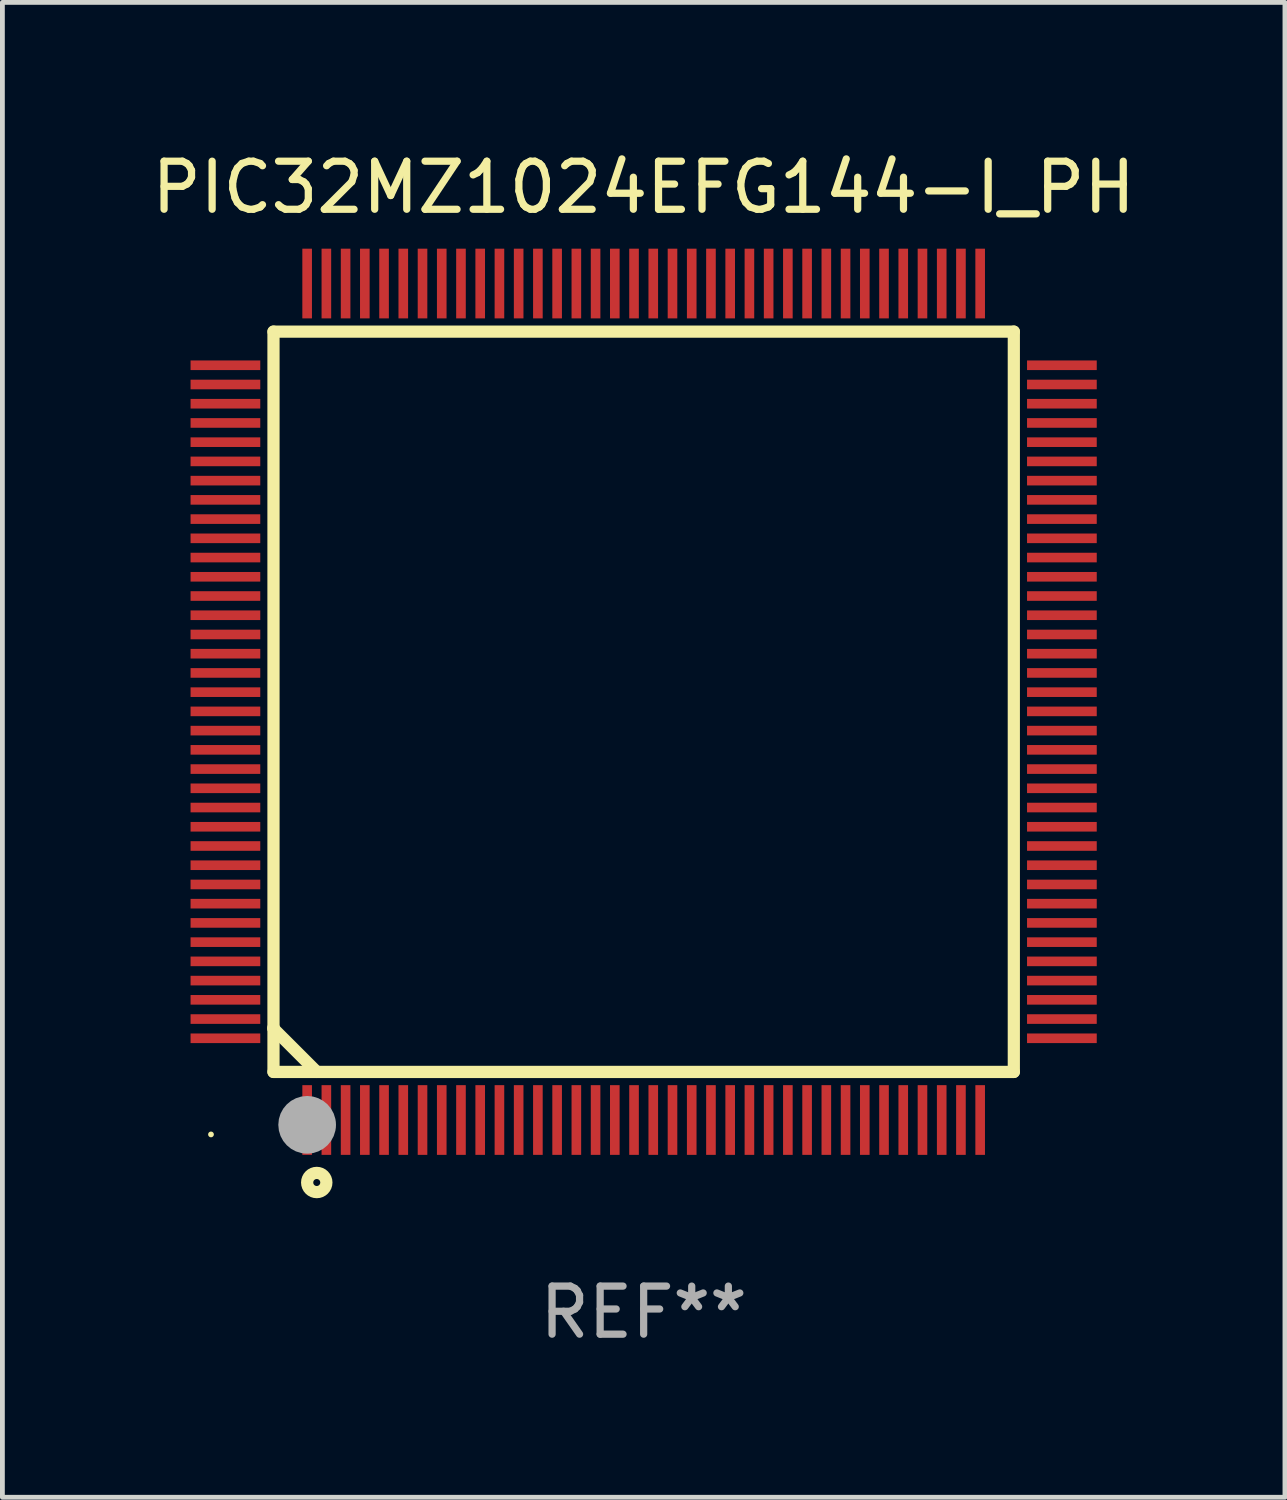
<source format=kicad_pcb>
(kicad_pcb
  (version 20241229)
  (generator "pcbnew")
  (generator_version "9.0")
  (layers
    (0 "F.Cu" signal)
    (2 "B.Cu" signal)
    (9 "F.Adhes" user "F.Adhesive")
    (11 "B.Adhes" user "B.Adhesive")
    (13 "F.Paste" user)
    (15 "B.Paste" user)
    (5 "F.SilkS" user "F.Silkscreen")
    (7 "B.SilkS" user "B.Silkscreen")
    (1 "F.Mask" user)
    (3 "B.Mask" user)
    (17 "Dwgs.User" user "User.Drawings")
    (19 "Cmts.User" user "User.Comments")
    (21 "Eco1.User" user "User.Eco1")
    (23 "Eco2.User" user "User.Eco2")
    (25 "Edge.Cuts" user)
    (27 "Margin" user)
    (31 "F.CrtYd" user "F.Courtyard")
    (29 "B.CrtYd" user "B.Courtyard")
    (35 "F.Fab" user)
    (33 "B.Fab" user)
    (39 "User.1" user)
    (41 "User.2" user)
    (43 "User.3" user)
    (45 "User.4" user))
  (footprint "PIC32MZ1024EFG144-I_PH"
    (layer "F.Cu")
    (at 10.339 11.548)
    (property "Reference" "PIC32MZ1024EFG144-I_PH" (at 0 -10.7 0) (layer "F.SilkS") (effects (font (size 1 1) (thickness 0.15))))
    (attr through_hole)
    (fp_line (start -7.7 -7.7) (end -7.7 7.7) (stroke (width 0.254) (type solid)) (layer "F.SilkS"))
    (fp_line (start -7.7 -7.7) (end 7.7 -7.7) (stroke (width 0.254) (type solid)) (layer "F.SilkS"))
    (fp_line (start -7.7 6.774) (end -7.7 6.798) (stroke (width 0.254) (type solid)) (layer "F.SilkS"))
    (fp_line (start -7.7 6.798) (end -6.798 7.7) (stroke (width 0.254) (type solid)) (layer "F.SilkS"))
    (fp_line (start -7.7 7.7) (end 7.7 7.7) (stroke (width 0.254) (type solid)) (layer "F.SilkS"))
    (fp_line (start 7.7 7.7) (end 7.7 -7.7) (stroke (width 0.254) (type solid)) (layer "F.SilkS"))
    (fp_circle (center -9 9) (end -8.97 9) (stroke (width 0.06) (type solid)) (fill no) (layer "F.SilkS"))
    (fp_circle (center -6.8 10) (end -6.6 10) (stroke (width 0.254) (type solid)) (fill no) (layer "F.SilkS"))
    (fp_circle (center -7 8.8) (end -6.7 8.8) (stroke (width 0.6) (type solid)) (fill no) (layer "F.Fab"))
    (fp_text user "REF**" (at 0 12.7 0) (layer "F.Fab") (effects (font (size 1 1) (thickness 0.15))))
    (pad "1" smd rect (at -7 8.7) (size 0.2 1.45) (layers "F.Cu" "F.Mask" "F.Paste"))
    (pad "2" smd rect (at -6.6 8.7) (size 0.2 1.45) (layers "F.Cu" "F.Mask" "F.Paste"))
    (pad "3" smd rect (at -6.2 8.7) (size 0.2 1.45) (layers "F.Cu" "F.Mask" "F.Paste"))
    (pad "4" smd rect (at -5.8 8.7) (size 0.2 1.45) (layers "F.Cu" "F.Mask" "F.Paste"))
    (pad "5" smd rect (at -5.4 8.7) (size 0.2 1.45) (layers "F.Cu" "F.Mask" "F.Paste"))
    (pad "6" smd rect (at -5 8.7) (size 0.2 1.45) (layers "F.Cu" "F.Mask" "F.Paste"))
    (pad "7" smd rect (at -4.6 8.7) (size 0.2 1.45) (layers "F.Cu" "F.Mask" "F.Paste"))
    (pad "8" smd rect (at -4.2 8.7) (size 0.2 1.45) (layers "F.Cu" "F.Mask" "F.Paste"))
    (pad "9" smd rect (at -3.8 8.7) (size 0.2 1.45) (layers "F.Cu" "F.Mask" "F.Paste"))
    (pad "10" smd rect (at -3.4 8.7) (size 0.2 1.45) (layers "F.Cu" "F.Mask" "F.Paste"))
    (pad "11" smd rect (at -3 8.7) (size 0.2 1.45) (layers "F.Cu" "F.Mask" "F.Paste"))
    (pad "12" smd rect (at -2.6 8.7) (size 0.2 1.45) (layers "F.Cu" "F.Mask" "F.Paste"))
    (pad "13" smd rect (at -2.2 8.7) (size 0.2 1.45) (layers "F.Cu" "F.Mask" "F.Paste"))
    (pad "14" smd rect (at -1.8 8.7) (size 0.2 1.45) (layers "F.Cu" "F.Mask" "F.Paste"))
    (pad "15" smd rect (at -1.4 8.7) (size 0.2 1.45) (layers "F.Cu" "F.Mask" "F.Paste"))
    (pad "16" smd rect (at -1 8.7) (size 0.2 1.45) (layers "F.Cu" "F.Mask" "F.Paste"))
    (pad "17" smd rect (at -0.6 8.7) (size 0.2 1.45) (layers "F.Cu" "F.Mask" "F.Paste"))
    (pad "18" smd rect (at -0.2 8.7) (size 0.2 1.45) (layers "F.Cu" "F.Mask" "F.Paste"))
    (pad "19" smd rect (at 0.2 8.7) (size 0.2 1.45) (layers "F.Cu" "F.Mask" "F.Paste"))
    (pad "20" smd rect (at 0.6 8.7) (size 0.2 1.45) (layers "F.Cu" "F.Mask" "F.Paste"))
    (pad "21" smd rect (at 1 8.7) (size 0.2 1.45) (layers "F.Cu" "F.Mask" "F.Paste"))
    (pad "22" smd rect (at 1.4 8.7) (size 0.2 1.45) (layers "F.Cu" "F.Mask" "F.Paste"))
    (pad "23" smd rect (at 1.8 8.7) (size 0.2 1.45) (layers "F.Cu" "F.Mask" "F.Paste"))
    (pad "24" smd rect (at 2.2 8.7) (size 0.2 1.45) (layers "F.Cu" "F.Mask" "F.Paste"))
    (pad "25" smd rect (at 2.6 8.7) (size 0.2 1.45) (layers "F.Cu" "F.Mask" "F.Paste"))
    (pad "26" smd rect (at 3 8.7) (size 0.2 1.45) (layers "F.Cu" "F.Mask" "F.Paste"))
    (pad "27" smd rect (at 3.4 8.7) (size 0.2 1.45) (layers "F.Cu" "F.Mask" "F.Paste"))
    (pad "28" smd rect (at 3.8 8.7) (size 0.2 1.45) (layers "F.Cu" "F.Mask" "F.Paste"))
    (pad "29" smd rect (at 4.2 8.7) (size 0.2 1.45) (layers "F.Cu" "F.Mask" "F.Paste"))
    (pad "30" smd rect (at 4.6 8.7) (size 0.2 1.45) (layers "F.Cu" "F.Mask" "F.Paste"))
    (pad "31" smd rect (at 5 8.7) (size 0.2 1.45) (layers "F.Cu" "F.Mask" "F.Paste"))
    (pad "32" smd rect (at 5.4 8.7) (size 0.2 1.45) (layers "F.Cu" "F.Mask" "F.Paste"))
    (pad "33" smd rect (at 5.8 8.7) (size 0.2 1.45) (layers "F.Cu" "F.Mask" "F.Paste"))
    (pad "34" smd rect (at 6.2 8.7) (size 0.2 1.45) (layers "F.Cu" "F.Mask" "F.Paste"))
    (pad "35" smd rect (at 6.6 8.7) (size 0.2 1.45) (layers "F.Cu" "F.Mask" "F.Paste"))
    (pad "36" smd rect (at 7 8.7) (size 0.2 1.45) (layers "F.Cu" "F.Mask" "F.Paste"))
    (pad "37" smd rect (at 8.7 7) (size 1.45 0.2) (layers "F.Cu" "F.Mask" "F.Paste"))
    (pad "38" smd rect (at 8.7 6.6) (size 1.45 0.2) (layers "F.Cu" "F.Mask" "F.Paste"))
    (pad "39" smd rect (at 8.7 6.2) (size 1.45 0.2) (layers "F.Cu" "F.Mask" "F.Paste"))
    (pad "40" smd rect (at 8.7 5.8) (size 1.45 0.2) (layers "F.Cu" "F.Mask" "F.Paste"))
    (pad "41" smd rect (at 8.7 5.4) (size 1.45 0.2) (layers "F.Cu" "F.Mask" "F.Paste"))
    (pad "42" smd rect (at 8.7 5) (size 1.45 0.2) (layers "F.Cu" "F.Mask" "F.Paste"))
    (pad "43" smd rect (at 8.7 4.6) (size 1.45 0.2) (layers "F.Cu" "F.Mask" "F.Paste"))
    (pad "44" smd rect (at 8.7 4.2) (size 1.45 0.2) (layers "F.Cu" "F.Mask" "F.Paste"))
    (pad "45" smd rect (at 8.7 3.8) (size 1.45 0.2) (layers "F.Cu" "F.Mask" "F.Paste"))
    (pad "46" smd rect (at 8.7 3.4) (size 1.45 0.2) (layers "F.Cu" "F.Mask" "F.Paste"))
    (pad "47" smd rect (at 8.7 3) (size 1.45 0.2) (layers "F.Cu" "F.Mask" "F.Paste"))
    (pad "48" smd rect (at 8.7 2.6) (size 1.45 0.2) (layers "F.Cu" "F.Mask" "F.Paste"))
    (pad "49" smd rect (at 8.7 2.2) (size 1.45 0.2) (layers "F.Cu" "F.Mask" "F.Paste"))
    (pad "50" smd rect (at 8.7 1.8) (size 1.45 0.2) (layers "F.Cu" "F.Mask" "F.Paste"))
    (pad "51" smd rect (at 8.7 1.4) (size 1.45 0.2) (layers "F.Cu" "F.Mask" "F.Paste"))
    (pad "52" smd rect (at 8.7 1) (size 1.45 0.2) (layers "F.Cu" "F.Mask" "F.Paste"))
    (pad "53" smd rect (at 8.7 0.6) (size 1.45 0.2) (layers "F.Cu" "F.Mask" "F.Paste"))
    (pad "54" smd rect (at 8.7 0.2) (size 1.45 0.2) (layers "F.Cu" "F.Mask" "F.Paste"))
    (pad "55" smd rect (at 8.7 -0.2) (size 1.45 0.2) (layers "F.Cu" "F.Mask" "F.Paste"))
    (pad "56" smd rect (at 8.7 -0.6) (size 1.45 0.2) (layers "F.Cu" "F.Mask" "F.Paste"))
    (pad "57" smd rect (at 8.7 -1) (size 1.45 0.2) (layers "F.Cu" "F.Mask" "F.Paste"))
    (pad "58" smd rect (at 8.7 -1.4) (size 1.45 0.2) (layers "F.Cu" "F.Mask" "F.Paste"))
    (pad "59" smd rect (at 8.7 -1.8) (size 1.45 0.2) (layers "F.Cu" "F.Mask" "F.Paste"))
    (pad "60" smd rect (at 8.7 -2.2) (size 1.45 0.2) (layers "F.Cu" "F.Mask" "F.Paste"))
    (pad "61" smd rect (at 8.7 -2.6) (size 1.45 0.2) (layers "F.Cu" "F.Mask" "F.Paste"))
    (pad "62" smd rect (at 8.7 -3) (size 1.45 0.2) (layers "F.Cu" "F.Mask" "F.Paste"))
    (pad "63" smd rect (at 8.7 -3.4) (size 1.45 0.2) (layers "F.Cu" "F.Mask" "F.Paste"))
    (pad "64" smd rect (at 8.7 -3.8) (size 1.45 0.2) (layers "F.Cu" "F.Mask" "F.Paste"))
    (pad "65" smd rect (at 8.7 -4.2) (size 1.45 0.2) (layers "F.Cu" "F.Mask" "F.Paste"))
    (pad "66" smd rect (at 8.7 -4.6) (size 1.45 0.2) (layers "F.Cu" "F.Mask" "F.Paste"))
    (pad "67" smd rect (at 8.7 -5) (size 1.45 0.2) (layers "F.Cu" "F.Mask" "F.Paste"))
    (pad "68" smd rect (at 8.7 -5.4) (size 1.45 0.2) (layers "F.Cu" "F.Mask" "F.Paste"))
    (pad "69" smd rect (at 8.7 -5.8) (size 1.45 0.2) (layers "F.Cu" "F.Mask" "F.Paste"))
    (pad "70" smd rect (at 8.7 -6.2) (size 1.45 0.2) (layers "F.Cu" "F.Mask" "F.Paste"))
    (pad "71" smd rect (at 8.7 -6.6) (size 1.45 0.2) (layers "F.Cu" "F.Mask" "F.Paste"))
    (pad "72" smd rect (at 8.7 -7) (size 1.45 0.2) (layers "F.Cu" "F.Mask" "F.Paste"))
    (pad "73" smd rect (at 7 -8.7) (size 0.2 1.45) (layers "F.Cu" "F.Mask" "F.Paste"))
    (pad "74" smd rect (at 6.6 -8.7) (size 0.2 1.45) (layers "F.Cu" "F.Mask" "F.Paste"))
    (pad "75" smd rect (at 6.2 -8.7) (size 0.2 1.45) (layers "F.Cu" "F.Mask" "F.Paste"))
    (pad "76" smd rect (at 5.8 -8.7) (size 0.2 1.45) (layers "F.Cu" "F.Mask" "F.Paste"))
    (pad "77" smd rect (at 5.4 -8.7) (size 0.2 1.45) (layers "F.Cu" "F.Mask" "F.Paste"))
    (pad "78" smd rect (at 5 -8.7) (size 0.2 1.45) (layers "F.Cu" "F.Mask" "F.Paste"))
    (pad "79" smd rect (at 4.6 -8.7) (size 0.2 1.45) (layers "F.Cu" "F.Mask" "F.Paste"))
    (pad "80" smd rect (at 4.2 -8.7) (size 0.2 1.45) (layers "F.Cu" "F.Mask" "F.Paste"))
    (pad "81" smd rect (at 3.8 -8.7) (size 0.2 1.45) (layers "F.Cu" "F.Mask" "F.Paste"))
    (pad "82" smd rect (at 3.4 -8.7) (size 0.2 1.45) (layers "F.Cu" "F.Mask" "F.Paste"))
    (pad "83" smd rect (at 3 -8.7) (size 0.2 1.45) (layers "F.Cu" "F.Mask" "F.Paste"))
    (pad "84" smd rect (at 2.6 -8.7) (size 0.2 1.45) (layers "F.Cu" "F.Mask" "F.Paste"))
    (pad "85" smd rect (at 2.2 -8.7) (size 0.2 1.45) (layers "F.Cu" "F.Mask" "F.Paste"))
    (pad "86" smd rect (at 1.8 -8.7) (size 0.2 1.45) (layers "F.Cu" "F.Mask" "F.Paste"))
    (pad "87" smd rect (at 1.4 -8.7) (size 0.2 1.45) (layers "F.Cu" "F.Mask" "F.Paste"))
    (pad "88" smd rect (at 1 -8.7) (size 0.2 1.45) (layers "F.Cu" "F.Mask" "F.Paste"))
    (pad "89" smd rect (at 0.6 -8.7) (size 0.2 1.45) (layers "F.Cu" "F.Mask" "F.Paste"))
    (pad "90" smd rect (at 0.2 -8.7) (size 0.2 1.45) (layers "F.Cu" "F.Mask" "F.Paste"))
    (pad "91" smd rect (at -0.2 -8.7) (size 0.2 1.45) (layers "F.Cu" "F.Mask" "F.Paste"))
    (pad "92" smd rect (at -0.6 -8.7) (size 0.2 1.45) (layers "F.Cu" "F.Mask" "F.Paste"))
    (pad "93" smd rect (at -1 -8.7) (size 0.2 1.45) (layers "F.Cu" "F.Mask" "F.Paste"))
    (pad "94" smd rect (at -1.4 -8.7) (size 0.2 1.45) (layers "F.Cu" "F.Mask" "F.Paste"))
    (pad "95" smd rect (at -1.8 -8.7) (size 0.2 1.45) (layers "F.Cu" "F.Mask" "F.Paste"))
    (pad "96" smd rect (at -2.2 -8.7) (size 0.2 1.45) (layers "F.Cu" "F.Mask" "F.Paste"))
    (pad "97" smd rect (at -2.6 -8.7) (size 0.2 1.45) (layers "F.Cu" "F.Mask" "F.Paste"))
    (pad "98" smd rect (at -3 -8.7) (size 0.2 1.45) (layers "F.Cu" "F.Mask" "F.Paste"))
    (pad "99" smd rect (at -3.4 -8.7) (size 0.2 1.45) (layers "F.Cu" "F.Mask" "F.Paste"))
    (pad "100" smd rect (at -3.8 -8.7) (size 0.2 1.45) (layers "F.Cu" "F.Mask" "F.Paste"))
    (pad "101" smd rect (at -4.2 -8.7) (size 0.2 1.45) (layers "F.Cu" "F.Mask" "F.Paste"))
    (pad "102" smd rect (at -4.6 -8.7) (size 0.2 1.45) (layers "F.Cu" "F.Mask" "F.Paste"))
    (pad "103" smd rect (at -5 -8.7) (size 0.2 1.45) (layers "F.Cu" "F.Mask" "F.Paste"))
    (pad "104" smd rect (at -5.4 -8.7) (size 0.2 1.45) (layers "F.Cu" "F.Mask" "F.Paste"))
    (pad "105" smd rect (at -5.8 -8.7) (size 0.2 1.45) (layers "F.Cu" "F.Mask" "F.Paste"))
    (pad "106" smd rect (at -6.2 -8.7) (size 0.2 1.45) (layers "F.Cu" "F.Mask" "F.Paste"))
    (pad "107" smd rect (at -6.6 -8.7) (size 0.2 1.45) (layers "F.Cu" "F.Mask" "F.Paste"))
    (pad "108" smd rect (at -7 -8.7) (size 0.2 1.45) (layers "F.Cu" "F.Mask" "F.Paste"))
    (pad "109" smd rect (at -8.7 -7) (size 1.45 0.2) (layers "F.Cu" "F.Mask" "F.Paste"))
    (pad "110" smd rect (at -8.7 -6.6) (size 1.45 0.2) (layers "F.Cu" "F.Mask" "F.Paste"))
    (pad "111" smd rect (at -8.7 -6.2) (size 1.45 0.2) (layers "F.Cu" "F.Mask" "F.Paste"))
    (pad "112" smd rect (at -8.7 -5.8) (size 1.45 0.2) (layers "F.Cu" "F.Mask" "F.Paste"))
    (pad "113" smd rect (at -8.7 -5.4) (size 1.45 0.2) (layers "F.Cu" "F.Mask" "F.Paste"))
    (pad "114" smd rect (at -8.7 -5) (size 1.45 0.2) (layers "F.Cu" "F.Mask" "F.Paste"))
    (pad "115" smd rect (at -8.7 -4.6) (size 1.45 0.2) (layers "F.Cu" "F.Mask" "F.Paste"))
    (pad "116" smd rect (at -8.7 -4.2) (size 1.45 0.2) (layers "F.Cu" "F.Mask" "F.Paste"))
    (pad "117" smd rect (at -8.7 -3.8) (size 1.45 0.2) (layers "F.Cu" "F.Mask" "F.Paste"))
    (pad "118" smd rect (at -8.7 -3.4) (size 1.45 0.2) (layers "F.Cu" "F.Mask" "F.Paste"))
    (pad "119" smd rect (at -8.7 -3) (size 1.45 0.2) (layers "F.Cu" "F.Mask" "F.Paste"))
    (pad "120" smd rect (at -8.7 -2.6) (size 1.45 0.2) (layers "F.Cu" "F.Mask" "F.Paste"))
    (pad "121" smd rect (at -8.7 -2.2) (size 1.45 0.2) (layers "F.Cu" "F.Mask" "F.Paste"))
    (pad "122" smd rect (at -8.7 -1.8) (size 1.45 0.2) (layers "F.Cu" "F.Mask" "F.Paste"))
    (pad "123" smd rect (at -8.7 -1.4) (size 1.45 0.2) (layers "F.Cu" "F.Mask" "F.Paste"))
    (pad "124" smd rect (at -8.7 -1) (size 1.45 0.2) (layers "F.Cu" "F.Mask" "F.Paste"))
    (pad "125" smd rect (at -8.7 -0.6) (size 1.45 0.2) (layers "F.Cu" "F.Mask" "F.Paste"))
    (pad "126" smd rect (at -8.7 -0.2) (size 1.45 0.2) (layers "F.Cu" "F.Mask" "F.Paste"))
    (pad "127" smd rect (at -8.7 0.2) (size 1.45 0.2) (layers "F.Cu" "F.Mask" "F.Paste"))
    (pad "128" smd rect (at -8.7 0.6) (size 1.45 0.2) (layers "F.Cu" "F.Mask" "F.Paste"))
    (pad "129" smd rect (at -8.7 1) (size 1.45 0.2) (layers "F.Cu" "F.Mask" "F.Paste"))
    (pad "130" smd rect (at -8.7 1.4) (size 1.45 0.2) (layers "F.Cu" "F.Mask" "F.Paste"))
    (pad "131" smd rect (at -8.7 1.8) (size 1.45 0.2) (layers "F.Cu" "F.Mask" "F.Paste"))
    (pad "132" smd rect (at -8.7 2.2) (size 1.45 0.2) (layers "F.Cu" "F.Mask" "F.Paste"))
    (pad "133" smd rect (at -8.7 2.6) (size 1.45 0.2) (layers "F.Cu" "F.Mask" "F.Paste"))
    (pad "134" smd rect (at -8.7 3) (size 1.45 0.2) (layers "F.Cu" "F.Mask" "F.Paste"))
    (pad "135" smd rect (at -8.7 3.4) (size 1.45 0.2) (layers "F.Cu" "F.Mask" "F.Paste"))
    (pad "136" smd rect (at -8.7 3.8) (size 1.45 0.2) (layers "F.Cu" "F.Mask" "F.Paste"))
    (pad "137" smd rect (at -8.7 4.2) (size 1.45 0.2) (layers "F.Cu" "F.Mask" "F.Paste"))
    (pad "138" smd rect (at -8.7 4.6) (size 1.45 0.2) (layers "F.Cu" "F.Mask" "F.Paste"))
    (pad "139" smd rect (at -8.7 5) (size 1.45 0.2) (layers "F.Cu" "F.Mask" "F.Paste"))
    (pad "140" smd rect (at -8.7 5.4) (size 1.45 0.2) (layers "F.Cu" "F.Mask" "F.Paste"))
    (pad "141" smd rect (at -8.7 5.8) (size 1.45 0.2) (layers "F.Cu" "F.Mask" "F.Paste"))
    (pad "142" smd rect (at -8.7 6.2) (size 1.45 0.2) (layers "F.Cu" "F.Mask" "F.Paste"))
    (pad "143" smd rect (at -8.7 6.6) (size 1.45 0.2) (layers "F.Cu" "F.Mask" "F.Paste"))
    (pad "144" smd rect (at -8.7 7) (size 1.45 0.2) (layers "F.Cu" "F.Mask" "F.Paste")))
  (gr_rect
    (start -3 -3)
    (end 23.679 28.096)
    (stroke (width 0.1) (type default))
    (fill no)
    (layer "Edge.Cuts")))
</source>
